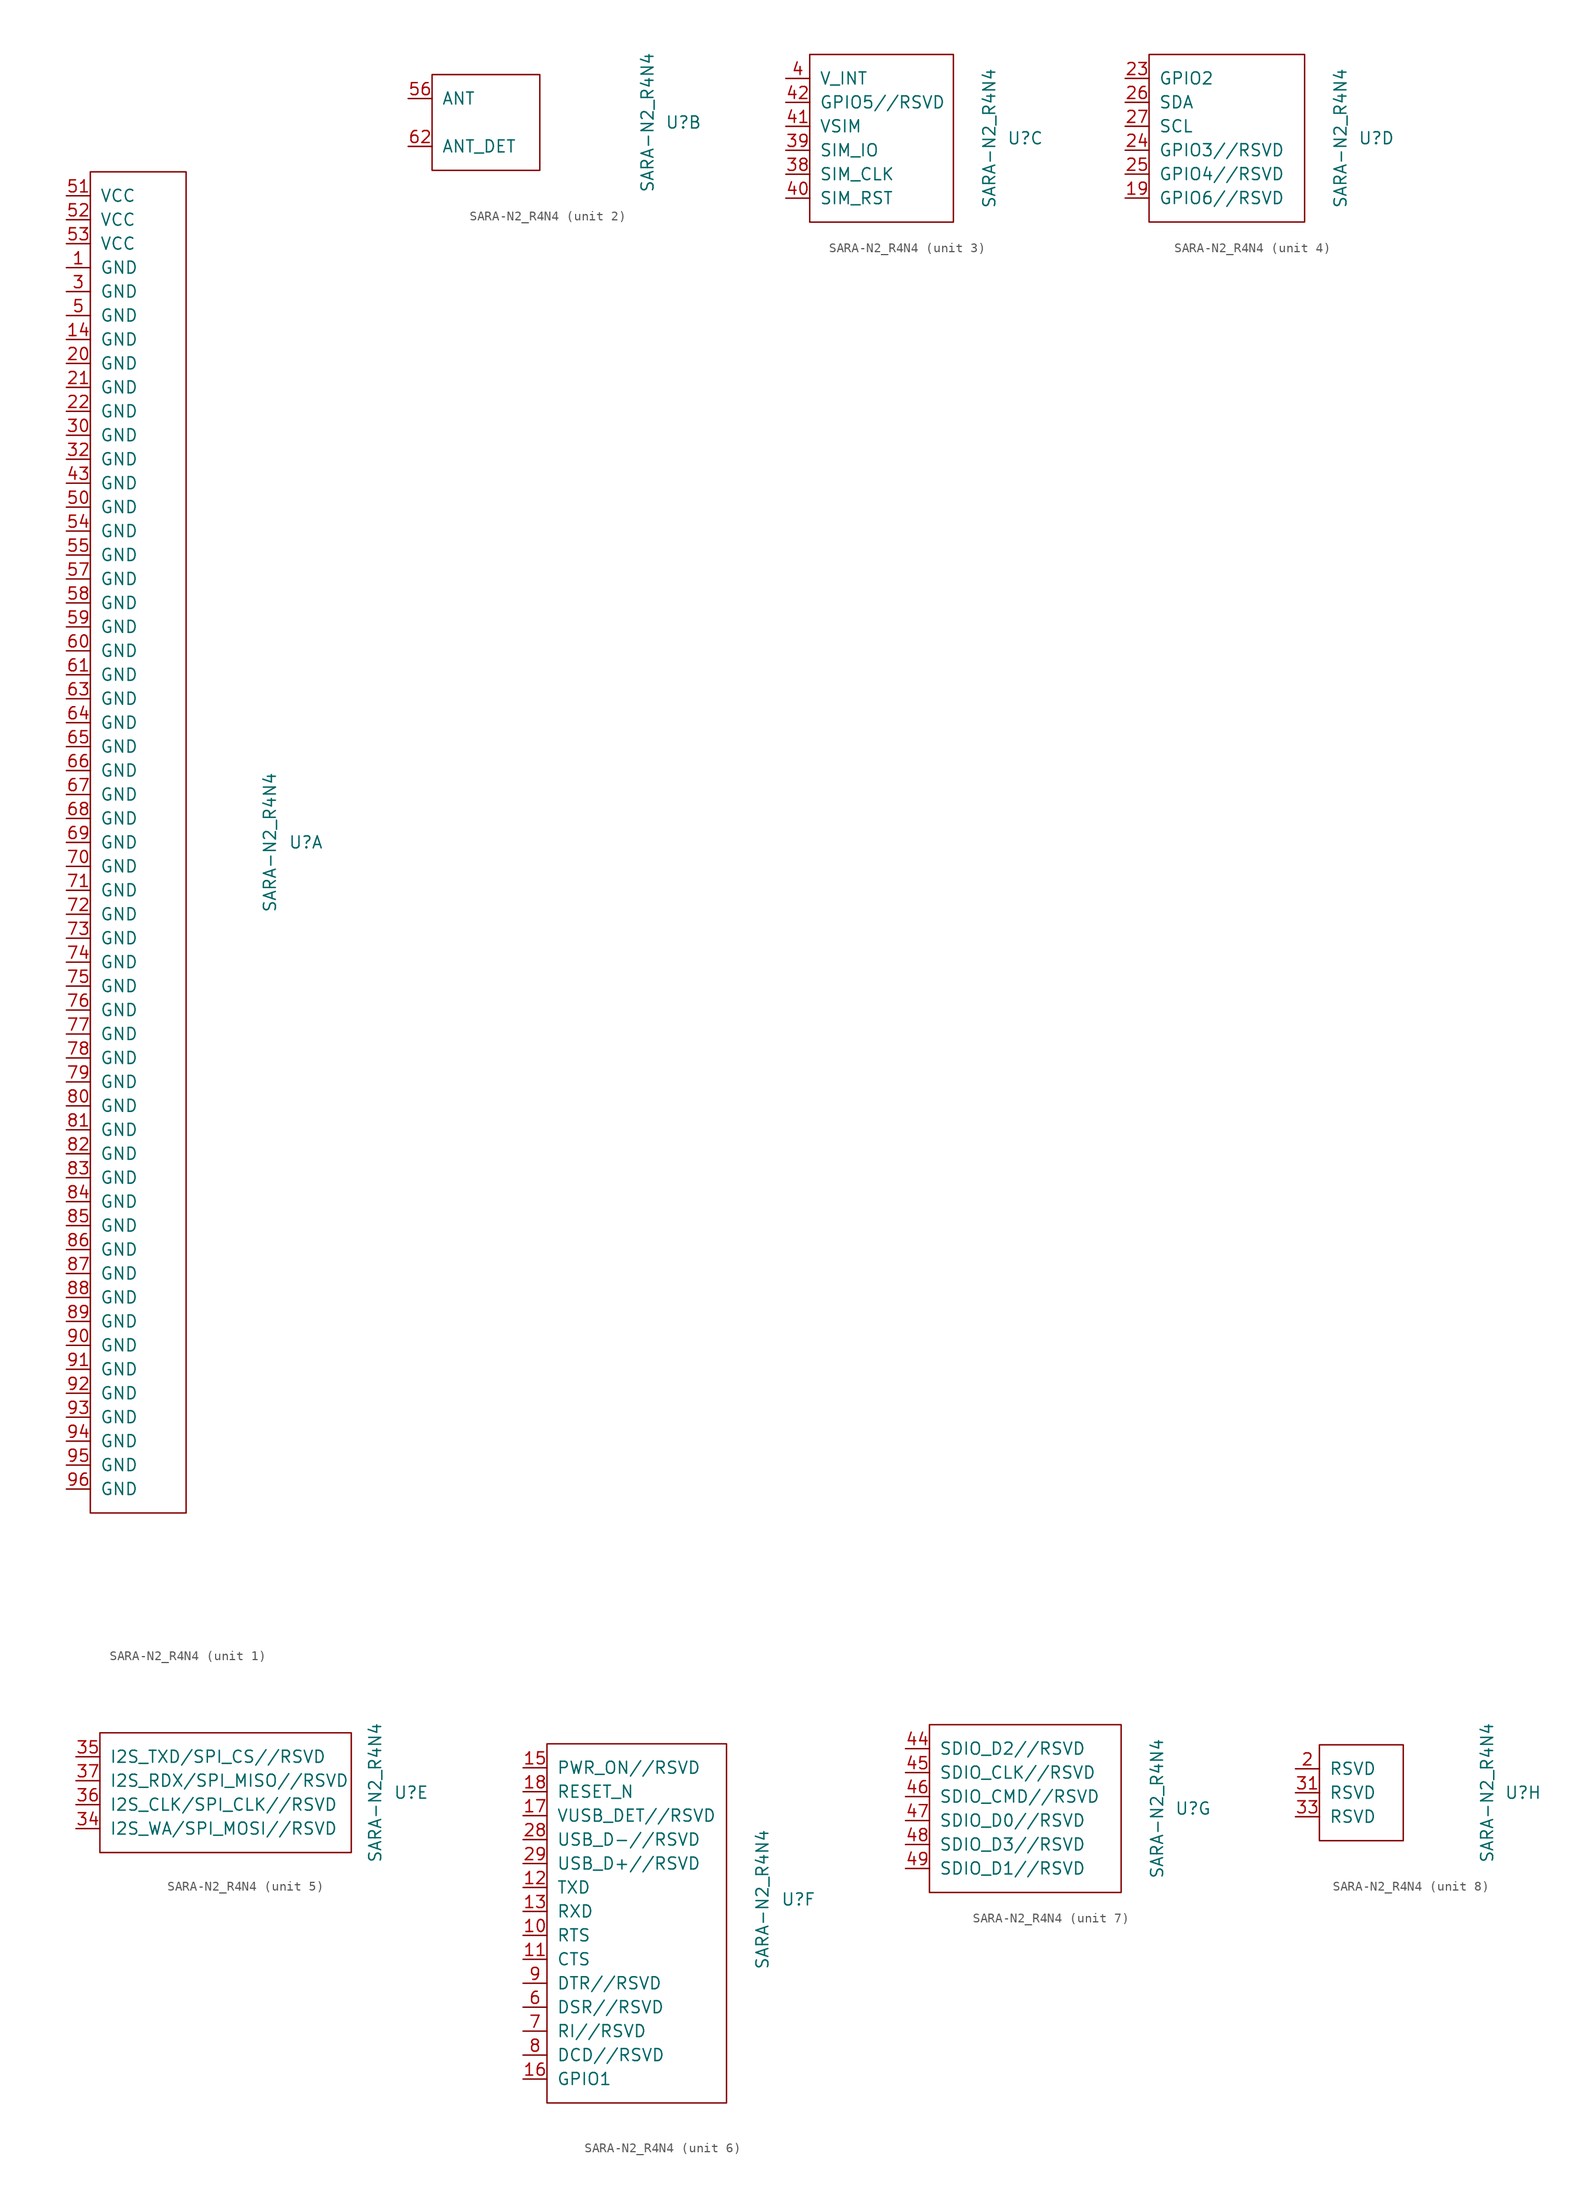
<source format=kicad_sym>
(kicad_symbol_lib
  (version 20210619)
  (generator kicad_symbol_editor)
  (symbol "tinkerforge:SARA-N2_R4N4"
    (pin_names
      (offset 1.016))
    (property "Reference" "U"
      (at 20.32 0 0)
      (effects (font (size 1.27 1.27))))
    (property "Value" "SARA-N2_R4N4"
      (at 16.51 0 90)
      (effects (font (size 1.27 1.27))))
    (symbol "SARA-N2_R4N4_1_1"
      (rectangle (start -2.54 71.12) (end 7.62 -71.12) (stroke (width 0)) (fill (type none)))
      (pin passive line (at -5.08 60.96 0) (length 2.54) (name "GND" (effects (font (size 1.27 1.27)))) (number "1" (effects (font (size 1.27 1.27)))))
      (pin passive line (at -5.08 53.34 0) (length 2.54) (name "GND" (effects (font (size 1.27 1.27)))) (number "14" (effects (font (size 1.27 1.27)))))
      (pin passive line (at -5.08 50.8 0) (length 2.54) (name "GND" (effects (font (size 1.27 1.27)))) (number "20" (effects (font (size 1.27 1.27)))))
      (pin passive line (at -5.08 48.26 0) (length 2.54) (name "GND" (effects (font (size 1.27 1.27)))) (number "21" (effects (font (size 1.27 1.27)))))
      (pin passive line (at -5.08 45.72 0) (length 2.54) (name "GND" (effects (font (size 1.27 1.27)))) (number "22" (effects (font (size 1.27 1.27)))))
      (pin passive line (at -5.08 58.42 0) (length 2.54) (name "GND" (effects (font (size 1.27 1.27)))) (number "3" (effects (font (size 1.27 1.27)))))
      (pin passive line (at -5.08 43.18 0) (length 2.54) (name "GND" (effects (font (size 1.27 1.27)))) (number "30" (effects (font (size 1.27 1.27)))))
      (pin passive line (at -5.08 40.64 0) (length 2.54) (name "GND" (effects (font (size 1.27 1.27)))) (number "32" (effects (font (size 1.27 1.27)))))
      (pin passive line (at -5.08 38.1 0) (length 2.54) (name "GND" (effects (font (size 1.27 1.27)))) (number "43" (effects (font (size 1.27 1.27)))))
      (pin passive line (at -5.08 55.88 0) (length 2.54) (name "GND" (effects (font (size 1.27 1.27)))) (number "5" (effects (font (size 1.27 1.27)))))
      (pin passive line (at -5.08 35.56 0) (length 2.54) (name "GND" (effects (font (size 1.27 1.27)))) (number "50" (effects (font (size 1.27 1.27)))))
      (pin passive line (at -5.08 68.58 0) (length 2.54) (name "VCC" (effects (font (size 1.27 1.27)))) (number "51" (effects (font (size 1.27 1.27)))))
      (pin passive line (at -5.08 66.04 0) (length 2.54) (name "VCC" (effects (font (size 1.27 1.27)))) (number "52" (effects (font (size 1.27 1.27)))))
      (pin passive line (at -5.08 63.5 0) (length 2.54) (name "VCC" (effects (font (size 1.27 1.27)))) (number "53" (effects (font (size 1.27 1.27)))))
      (pin passive line (at -5.08 33.02 0) (length 2.54) (name "GND" (effects (font (size 1.27 1.27)))) (number "54" (effects (font (size 1.27 1.27)))))
      (pin passive line (at -5.08 30.48 0) (length 2.54) (name "GND" (effects (font (size 1.27 1.27)))) (number "55" (effects (font (size 1.27 1.27)))))
      (pin passive line (at -5.08 27.94 0) (length 2.54) (name "GND" (effects (font (size 1.27 1.27)))) (number "57" (effects (font (size 1.27 1.27)))))
      (pin passive line (at -5.08 25.4 0) (length 2.54) (name "GND" (effects (font (size 1.27 1.27)))) (number "58" (effects (font (size 1.27 1.27)))))
      (pin passive line (at -5.08 22.86 0) (length 2.54) (name "GND" (effects (font (size 1.27 1.27)))) (number "59" (effects (font (size 1.27 1.27)))))
      (pin passive line (at -5.08 20.32 0) (length 2.54) (name "GND" (effects (font (size 1.27 1.27)))) (number "60" (effects (font (size 1.27 1.27)))))
      (pin passive line (at -5.08 17.78 0) (length 2.54) (name "GND" (effects (font (size 1.27 1.27)))) (number "61" (effects (font (size 1.27 1.27)))))
      (pin passive line (at -5.08 15.24 0) (length 2.54) (name "GND" (effects (font (size 1.27 1.27)))) (number "63" (effects (font (size 1.27 1.27)))))
      (pin passive line (at -5.08 12.7 0) (length 2.54) (name "GND" (effects (font (size 1.27 1.27)))) (number "64" (effects (font (size 1.27 1.27)))))
      (pin passive line (at -5.08 10.16 0) (length 2.54) (name "GND" (effects (font (size 1.27 1.27)))) (number "65" (effects (font (size 1.27 1.27)))))
      (pin passive line (at -5.08 7.62 0) (length 2.54) (name "GND" (effects (font (size 1.27 1.27)))) (number "66" (effects (font (size 1.27 1.27)))))
      (pin passive line (at -5.08 5.08 0) (length 2.54) (name "GND" (effects (font (size 1.27 1.27)))) (number "67" (effects (font (size 1.27 1.27)))))
      (pin passive line (at -5.08 2.54 0) (length 2.54) (name "GND" (effects (font (size 1.27 1.27)))) (number "68" (effects (font (size 1.27 1.27)))))
      (pin passive line (at -5.08 0 0) (length 2.54) (name "GND" (effects (font (size 1.27 1.27)))) (number "69" (effects (font (size 1.27 1.27)))))
      (pin passive line (at -5.08 -2.54 0) (length 2.54) (name "GND" (effects (font (size 1.27 1.27)))) (number "70" (effects (font (size 1.27 1.27)))))
      (pin passive line (at -5.08 -5.08 0) (length 2.54) (name "GND" (effects (font (size 1.27 1.27)))) (number "71" (effects (font (size 1.27 1.27)))))
      (pin passive line (at -5.08 -7.62 0) (length 2.54) (name "GND" (effects (font (size 1.27 1.27)))) (number "72" (effects (font (size 1.27 1.27)))))
      (pin passive line (at -5.08 -10.16 0) (length 2.54) (name "GND" (effects (font (size 1.27 1.27)))) (number "73" (effects (font (size 1.27 1.27)))))
      (pin passive line (at -5.08 -12.7 0) (length 2.54) (name "GND" (effects (font (size 1.27 1.27)))) (number "74" (effects (font (size 1.27 1.27)))))
      (pin passive line (at -5.08 -15.24 0) (length 2.54) (name "GND" (effects (font (size 1.27 1.27)))) (number "75" (effects (font (size 1.27 1.27)))))
      (pin passive line (at -5.08 -17.78 0) (length 2.54) (name "GND" (effects (font (size 1.27 1.27)))) (number "76" (effects (font (size 1.27 1.27)))))
      (pin passive line (at -5.08 -20.32 0) (length 2.54) (name "GND" (effects (font (size 1.27 1.27)))) (number "77" (effects (font (size 1.27 1.27)))))
      (pin passive line (at -5.08 -22.86 0) (length 2.54) (name "GND" (effects (font (size 1.27 1.27)))) (number "78" (effects (font (size 1.27 1.27)))))
      (pin passive line (at -5.08 -25.4 0) (length 2.54) (name "GND" (effects (font (size 1.27 1.27)))) (number "79" (effects (font (size 1.27 1.27)))))
      (pin passive line (at -5.08 -27.94 0) (length 2.54) (name "GND" (effects (font (size 1.27 1.27)))) (number "80" (effects (font (size 1.27 1.27)))))
      (pin passive line (at -5.08 -30.48 0) (length 2.54) (name "GND" (effects (font (size 1.27 1.27)))) (number "81" (effects (font (size 1.27 1.27)))))
      (pin passive line (at -5.08 -33.02 0) (length 2.54) (name "GND" (effects (font (size 1.27 1.27)))) (number "82" (effects (font (size 1.27 1.27)))))
      (pin passive line (at -5.08 -35.56 0) (length 2.54) (name "GND" (effects (font (size 1.27 1.27)))) (number "83" (effects (font (size 1.27 1.27)))))
      (pin passive line (at -5.08 -38.1 0) (length 2.54) (name "GND" (effects (font (size 1.27 1.27)))) (number "84" (effects (font (size 1.27 1.27)))))
      (pin passive line (at -5.08 -40.64 0) (length 2.54) (name "GND" (effects (font (size 1.27 1.27)))) (number "85" (effects (font (size 1.27 1.27)))))
      (pin passive line (at -5.08 -43.18 0) (length 2.54) (name "GND" (effects (font (size 1.27 1.27)))) (number "86" (effects (font (size 1.27 1.27)))))
      (pin passive line (at -5.08 -45.72 0) (length 2.54) (name "GND" (effects (font (size 1.27 1.27)))) (number "87" (effects (font (size 1.27 1.27)))))
      (pin passive line (at -5.08 -48.26 0) (length 2.54) (name "GND" (effects (font (size 1.27 1.27)))) (number "88" (effects (font (size 1.27 1.27)))))
      (pin passive line (at -5.08 -50.8 0) (length 2.54) (name "GND" (effects (font (size 1.27 1.27)))) (number "89" (effects (font (size 1.27 1.27)))))
      (pin passive line (at -5.08 -53.34 0) (length 2.54) (name "GND" (effects (font (size 1.27 1.27)))) (number "90" (effects (font (size 1.27 1.27)))))
      (pin passive line (at -5.08 -55.88 0) (length 2.54) (name "GND" (effects (font (size 1.27 1.27)))) (number "91" (effects (font (size 1.27 1.27)))))
      (pin passive line (at -5.08 -58.42 0) (length 2.54) (name "GND" (effects (font (size 1.27 1.27)))) (number "92" (effects (font (size 1.27 1.27)))))
      (pin passive line (at -5.08 -60.96 0) (length 2.54) (name "GND" (effects (font (size 1.27 1.27)))) (number "93" (effects (font (size 1.27 1.27)))))
      (pin passive line (at -5.08 -63.5 0) (length 2.54) (name "GND" (effects (font (size 1.27 1.27)))) (number "94" (effects (font (size 1.27 1.27)))))
      (pin passive line (at -5.08 -66.04 0) (length 2.54) (name "GND" (effects (font (size 1.27 1.27)))) (number "95" (effects (font (size 1.27 1.27)))))
      (pin passive line (at -5.08 -68.58 0) (length 2.54) (name "GND" (effects (font (size 1.27 1.27)))) (number "96" (effects (font (size 1.27 1.27))))))
    (symbol "SARA-N2_R4N4_2_1"
      (rectangle (start -6.35 5.08) (end 5.08 -5.08) (stroke (width 0)) (fill (type none)))
      (pin passive line (at -8.89 2.54 0) (length 2.54) (name "ANT" (effects (font (size 1.27 1.27)))) (number "56" (effects (font (size 1.27 1.27)))))
      (pin passive line (at -8.89 -2.54 0) (length 2.54) (name "ANT_DET" (effects (font (size 1.27 1.27)))) (number "62" (effects (font (size 1.27 1.27))))))
    (symbol "SARA-N2_R4N4_3_1"
      (rectangle (start -2.54 8.89) (end 12.7 -8.89) (stroke (width 0)) (fill (type none)))
      (pin passive line (at -5.08 -3.81 0) (length 2.54) (name "SIM_CLK" (effects (font (size 1.27 1.27)))) (number "38" (effects (font (size 1.27 1.27)))))
      (pin passive line (at -5.08 -1.27 0) (length 2.54) (name "SIM_IO" (effects (font (size 1.27 1.27)))) (number "39" (effects (font (size 1.27 1.27)))))
      (pin passive line (at -5.08 6.35 0) (length 2.54) (name "V_INT" (effects (font (size 1.27 1.27)))) (number "4" (effects (font (size 1.27 1.27)))))
      (pin passive line (at -5.08 -6.35 0) (length 2.54) (name "SIM_RST" (effects (font (size 1.27 1.27)))) (number "40" (effects (font (size 1.27 1.27)))))
      (pin passive line (at -5.08 1.27 0) (length 2.54) (name "VSIM" (effects (font (size 1.27 1.27)))) (number "41" (effects (font (size 1.27 1.27)))))
      (pin passive line (at -5.08 3.81 0) (length 2.54) (name "GPIO5//RSVD" (effects (font (size 1.27 1.27)))) (number "42" (effects (font (size 1.27 1.27))))))
    (symbol "SARA-N2_R4N4_4_1"
      (rectangle (start -3.81 8.89) (end 12.7 -8.89) (stroke (width 0)) (fill (type none)))
      (pin passive line (at -6.35 -6.35 0) (length 2.54) (name "GPIO6//RSVD" (effects (font (size 1.27 1.27)))) (number "19" (effects (font (size 1.27 1.27)))))
      (pin passive line (at -6.35 6.35 0) (length 2.54) (name "GPIO2" (effects (font (size 1.27 1.27)))) (number "23" (effects (font (size 1.27 1.27)))))
      (pin passive line (at -6.35 -1.27 0) (length 2.54) (name "GPIO3//RSVD" (effects (font (size 1.27 1.27)))) (number "24" (effects (font (size 1.27 1.27)))))
      (pin passive line (at -6.35 -3.81 0) (length 2.54) (name "GPIO4//RSVD" (effects (font (size 1.27 1.27)))) (number "25" (effects (font (size 1.27 1.27)))))
      (pin passive line (at -6.35 3.81 0) (length 2.54) (name "SDA" (effects (font (size 1.27 1.27)))) (number "26" (effects (font (size 1.27 1.27)))))
      (pin passive line (at -6.35 1.27 0) (length 2.54) (name "SCL" (effects (font (size 1.27 1.27)))) (number "27" (effects (font (size 1.27 1.27))))))
    (symbol "SARA-N2_R4N4_5_1"
      (rectangle (start -12.7 6.35) (end 13.97 -6.35) (stroke (width 0)) (fill (type none)))
      (pin passive line (at -15.24 -3.81 0) (length 2.54) (name "I2S_WA/SPI_MOSI//RSVD" (effects (font (size 1.27 1.27)))) (number "34" (effects (font (size 1.27 1.27)))))
      (pin passive line (at -15.24 3.81 0) (length 2.54) (name "I2S_TXD/SPI_CS//RSVD" (effects (font (size 1.27 1.27)))) (number "35" (effects (font (size 1.27 1.27)))))
      (pin passive line (at -15.24 -1.27 0) (length 2.54) (name "I2S_CLK/SPI_CLK//RSVD" (effects (font (size 1.27 1.27)))) (number "36" (effects (font (size 1.27 1.27)))))
      (pin passive line (at -15.24 1.27 0) (length 2.54) (name "I2S_RDX/SPI_MISO//RSVD" (effects (font (size 1.27 1.27)))) (number "37" (effects (font (size 1.27 1.27))))))
    (symbol "SARA-N2_R4N4_6_1"
      (rectangle (start -6.35 16.51) (end 12.7 -21.59) (stroke (width 0)) (fill (type none)))
      (pin passive line (at -8.89 -3.81 0) (length 2.54) (name "RTS" (effects (font (size 1.27 1.27)))) (number "10" (effects (font (size 1.27 1.27)))))
      (pin passive line (at -8.89 -6.35 0) (length 2.54) (name "CTS" (effects (font (size 1.27 1.27)))) (number "11" (effects (font (size 1.27 1.27)))))
      (pin passive line (at -8.89 1.27 0) (length 2.54) (name "TXD" (effects (font (size 1.27 1.27)))) (number "12" (effects (font (size 1.27 1.27)))))
      (pin passive line (at -8.89 -1.27 0) (length 2.54) (name "RXD" (effects (font (size 1.27 1.27)))) (number "13" (effects (font (size 1.27 1.27)))))
      (pin passive line (at -8.89 13.97 0) (length 2.54) (name "PWR_ON//RSVD" (effects (font (size 1.27 1.27)))) (number "15" (effects (font (size 1.27 1.27)))))
      (pin passive line (at -8.89 -19.05 0) (length 2.54) (name "GPIO1" (effects (font (size 1.27 1.27)))) (number "16" (effects (font (size 1.27 1.27)))))
      (pin passive line (at -8.89 8.89 0) (length 2.54) (name "VUSB_DET//RSVD" (effects (font (size 1.27 1.27)))) (number "17" (effects (font (size 1.27 1.27)))))
      (pin passive line (at -8.89 11.43 0) (length 2.54) (name "RESET_N" (effects (font (size 1.27 1.27)))) (number "18" (effects (font (size 1.27 1.27)))))
      (pin passive line (at -8.89 6.35 0) (length 2.54) (name "USB_D-//RSVD" (effects (font (size 1.27 1.27)))) (number "28" (effects (font (size 1.27 1.27)))))
      (pin passive line (at -8.89 3.81 0) (length 2.54) (name "USB_D+//RSVD" (effects (font (size 1.27 1.27)))) (number "29" (effects (font (size 1.27 1.27)))))
      (pin passive line (at -8.89 -11.43 0) (length 2.54) (name "DSR//RSVD" (effects (font (size 1.27 1.27)))) (number "6" (effects (font (size 1.27 1.27)))))
      (pin passive line (at -8.89 -13.97 0) (length 2.54) (name "RI//RSVD" (effects (font (size 1.27 1.27)))) (number "7" (effects (font (size 1.27 1.27)))))
      (pin passive line (at -8.89 -16.51 0) (length 2.54) (name "DCD//RSVD" (effects (font (size 1.27 1.27)))) (number "8" (effects (font (size 1.27 1.27)))))
      (pin passive line (at -8.89 -8.89 0) (length 2.54) (name "DTR//RSVD" (effects (font (size 1.27 1.27)))) (number "9" (effects (font (size 1.27 1.27))))))
    (symbol "SARA-N2_R4N4_7_1"
      (rectangle (start -7.62 8.89) (end 12.7 -8.89) (stroke (width 0)) (fill (type none)))
      (pin passive line (at -10.16 6.35 0) (length 2.54) (name "SDIO_D2//RSVD" (effects (font (size 1.27 1.27)))) (number "44" (effects (font (size 1.27 1.27)))))
      (pin passive line (at -10.16 3.81 0) (length 2.54) (name "SDIO_CLK//RSVD" (effects (font (size 1.27 1.27)))) (number "45" (effects (font (size 1.27 1.27)))))
      (pin passive line (at -10.16 1.27 0) (length 2.54) (name "SDIO_CMD//RSVD" (effects (font (size 1.27 1.27)))) (number "46" (effects (font (size 1.27 1.27)))))
      (pin passive line (at -10.16 -1.27 0) (length 2.54) (name "SDIO_D0//RSVD" (effects (font (size 1.27 1.27)))) (number "47" (effects (font (size 1.27 1.27)))))
      (pin passive line (at -10.16 -3.81 0) (length 2.54) (name "SDIO_D3//RSVD" (effects (font (size 1.27 1.27)))) (number "48" (effects (font (size 1.27 1.27)))))
      (pin passive line (at -10.16 -6.35 0) (length 2.54) (name "SDIO_D1//RSVD" (effects (font (size 1.27 1.27)))) (number "49" (effects (font (size 1.27 1.27))))))
    (symbol "SARA-N2_R4N4_8_1"
      (rectangle (start -1.27 5.08) (end 7.62 -5.08) (stroke (width 0)) (fill (type none)))
      (pin passive line (at -3.81 2.54 0) (length 2.54) (name "RSVD" (effects (font (size 1.27 1.27)))) (number "2" (effects (font (size 1.27 1.27)))))
      (pin passive line (at -3.81 0 0) (length 2.54) (name "RSVD" (effects (font (size 1.27 1.27)))) (number "31" (effects (font (size 1.27 1.27)))))
      (pin passive line (at -3.81 -2.54 0) (length 2.54) (name "RSVD" (effects (font (size 1.27 1.27)))) (number "33" (effects (font (size 1.27 1.27))))))))
</source>
